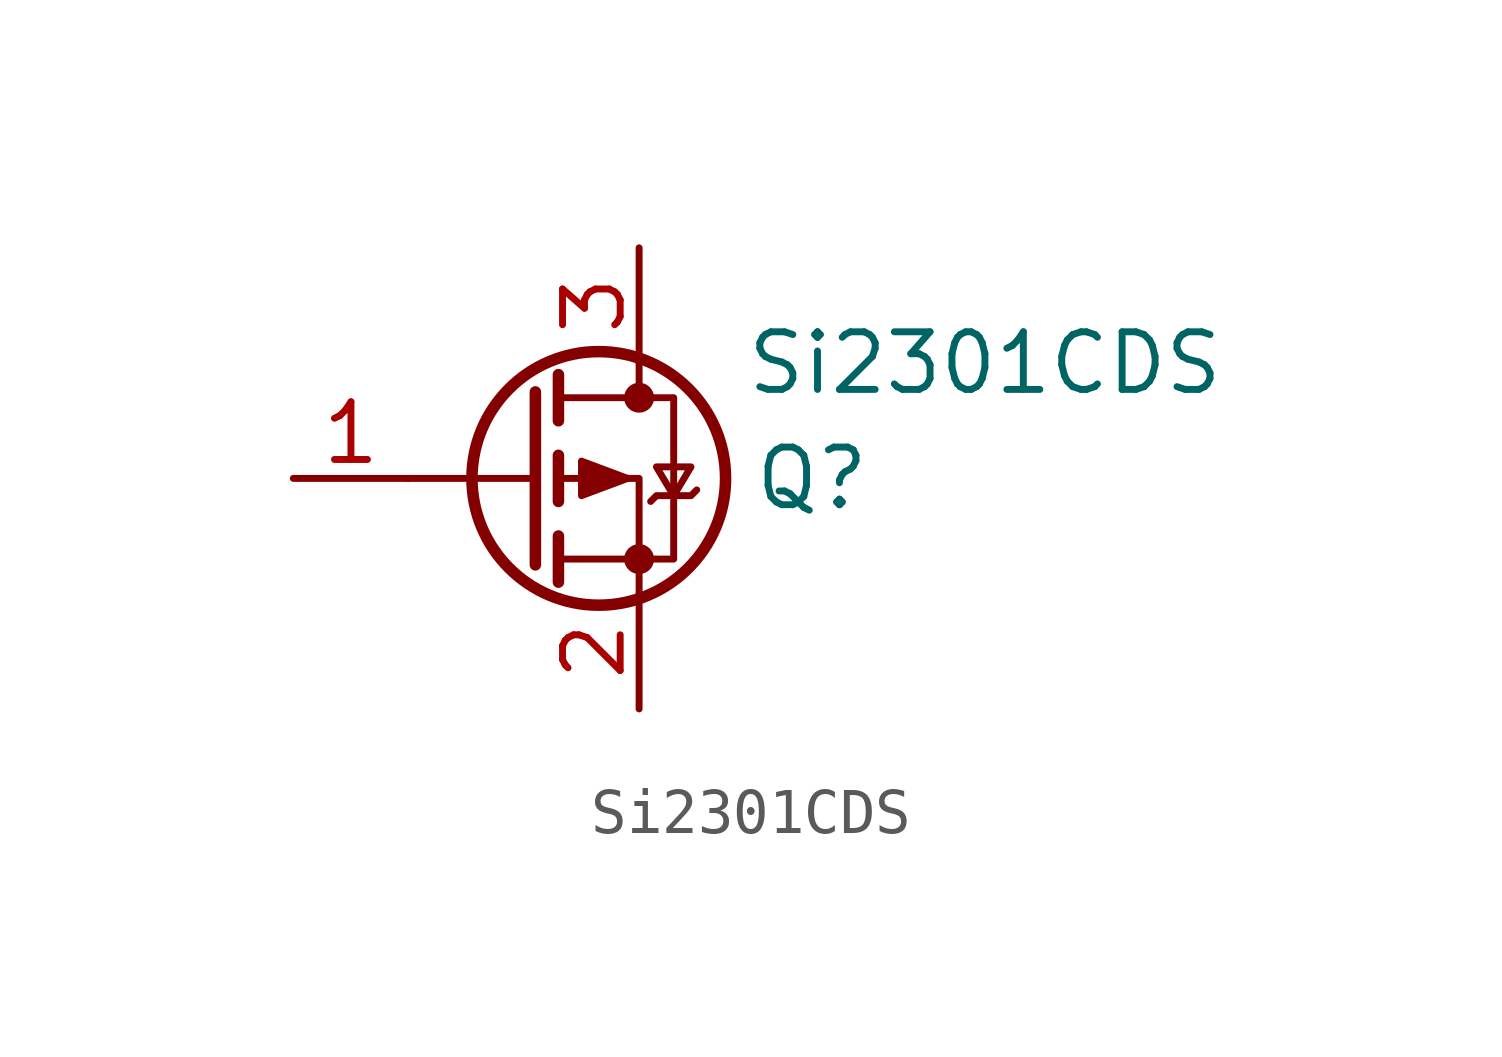
<source format=kicad_sym>
(kicad_symbol_lib
  (version 20211014)
  (generator kicad_symbol_editor)
  (symbol "Si2301CDS"
    (pin_names hide)
    (property "Reference" "Q"
      (at 5.08 0 0)
      (effects (font (size 1.27 1.27))))
    (property "Value" "Si2301CDS"
      (at 8.89 2.54 0)
      (effects (font (size 1.27 1.27))))
    (symbol "Si2301CDS_0_1"
      (polyline (pts (xy -1.016 0) (xy -3.81 0)) (stroke (width 0) (type default) (color 0 0 0 0)) (fill (type none)))
      (polyline (pts (xy -1.016 1.905) (xy -1.016 -1.905)) (stroke (width 0.254) (type default) (color 0 0 0 0)) (fill (type none)))
      (polyline (pts (xy -0.508 -1.27) (xy -0.508 -2.286)) (stroke (width 0.254) (type default) (color 0 0 0 0)) (fill (type none)))
      (polyline (pts (xy -0.508 0.508) (xy -0.508 -0.508)) (stroke (width 0.254) (type default) (color 0 0 0 0)) (fill (type none)))
      (polyline (pts (xy -0.508 2.286) (xy -0.508 1.27)) (stroke (width 0.254) (type default) (color 0 0 0 0)) (fill (type none)))
      (polyline (pts (xy 1.27 2.54) (xy 1.27 1.778)) (stroke (width 0) (type default) (color 0 0 0 0)) (fill (type none)))
      (polyline (pts (xy 1.27 -2.54) (xy 1.27 0) (xy -0.508 0)) (stroke (width 0) (type default) (color 0 0 0 0)) (fill (type none)))
      (polyline (pts (xy -0.508 1.778) (xy 2.032 1.778) (xy 2.032 -1.778) (xy -0.508 -1.778)) (stroke (width 0) (type default) (color 0 0 0 0)) (fill (type none)))
      (polyline (pts (xy 1.016 0) (xy 0 0.381) (xy 0 -0.381) (xy 1.016 0)) (stroke (width 0) (type default) (color 0 0 0 0)) (fill (type outline)))
      (polyline (pts (xy 1.524 -0.508) (xy 1.651 -0.381) (xy 2.413 -0.381) (xy 2.54 -0.254)) (stroke (width 0) (type default) (color 0 0 0 0)) (fill (type none)))
      (polyline (pts (xy 2.032 -0.381) (xy 1.651 0.254) (xy 2.413 0.254) (xy 2.032 -0.381)) (stroke (width 0) (type default) (color 0 0 0 0)) (fill (type none)))
      (circle (center 0.381 0) (radius 2.794) (stroke (width 0.254) (type default) (color 0 0 0 0)) (fill (type none)))
      (circle (center 1.27 -1.778) (radius 0.254) (stroke (width 0) (type default) (color 0 0 0 0)) (fill (type outline)))
      (circle (center 1.27 1.778) (radius 0.254) (stroke (width 0) (type default) (color 0 0 0 0)) (fill (type outline))))
    (symbol "Si2301CDS_1_1"
      (pin input line (at -6.35 0 0) (length 2.54) (name "G" (effects (font (size 1.27 1.27)))) (number "1" (effects (font (size 1.27 1.27)))))
      (pin passive line (at 1.27 -5.08 90) (length 2.54) (name "S" (effects (font (size 1.27 1.27)))) (number "2" (effects (font (size 1.27 1.27)))))
      (pin passive line (at 1.27 5.08 270) (length 2.54) (name "D" (effects (font (size 1.27 1.27)))) (number "3" (effects (font (size 1.27 1.27))))))))
</source>
